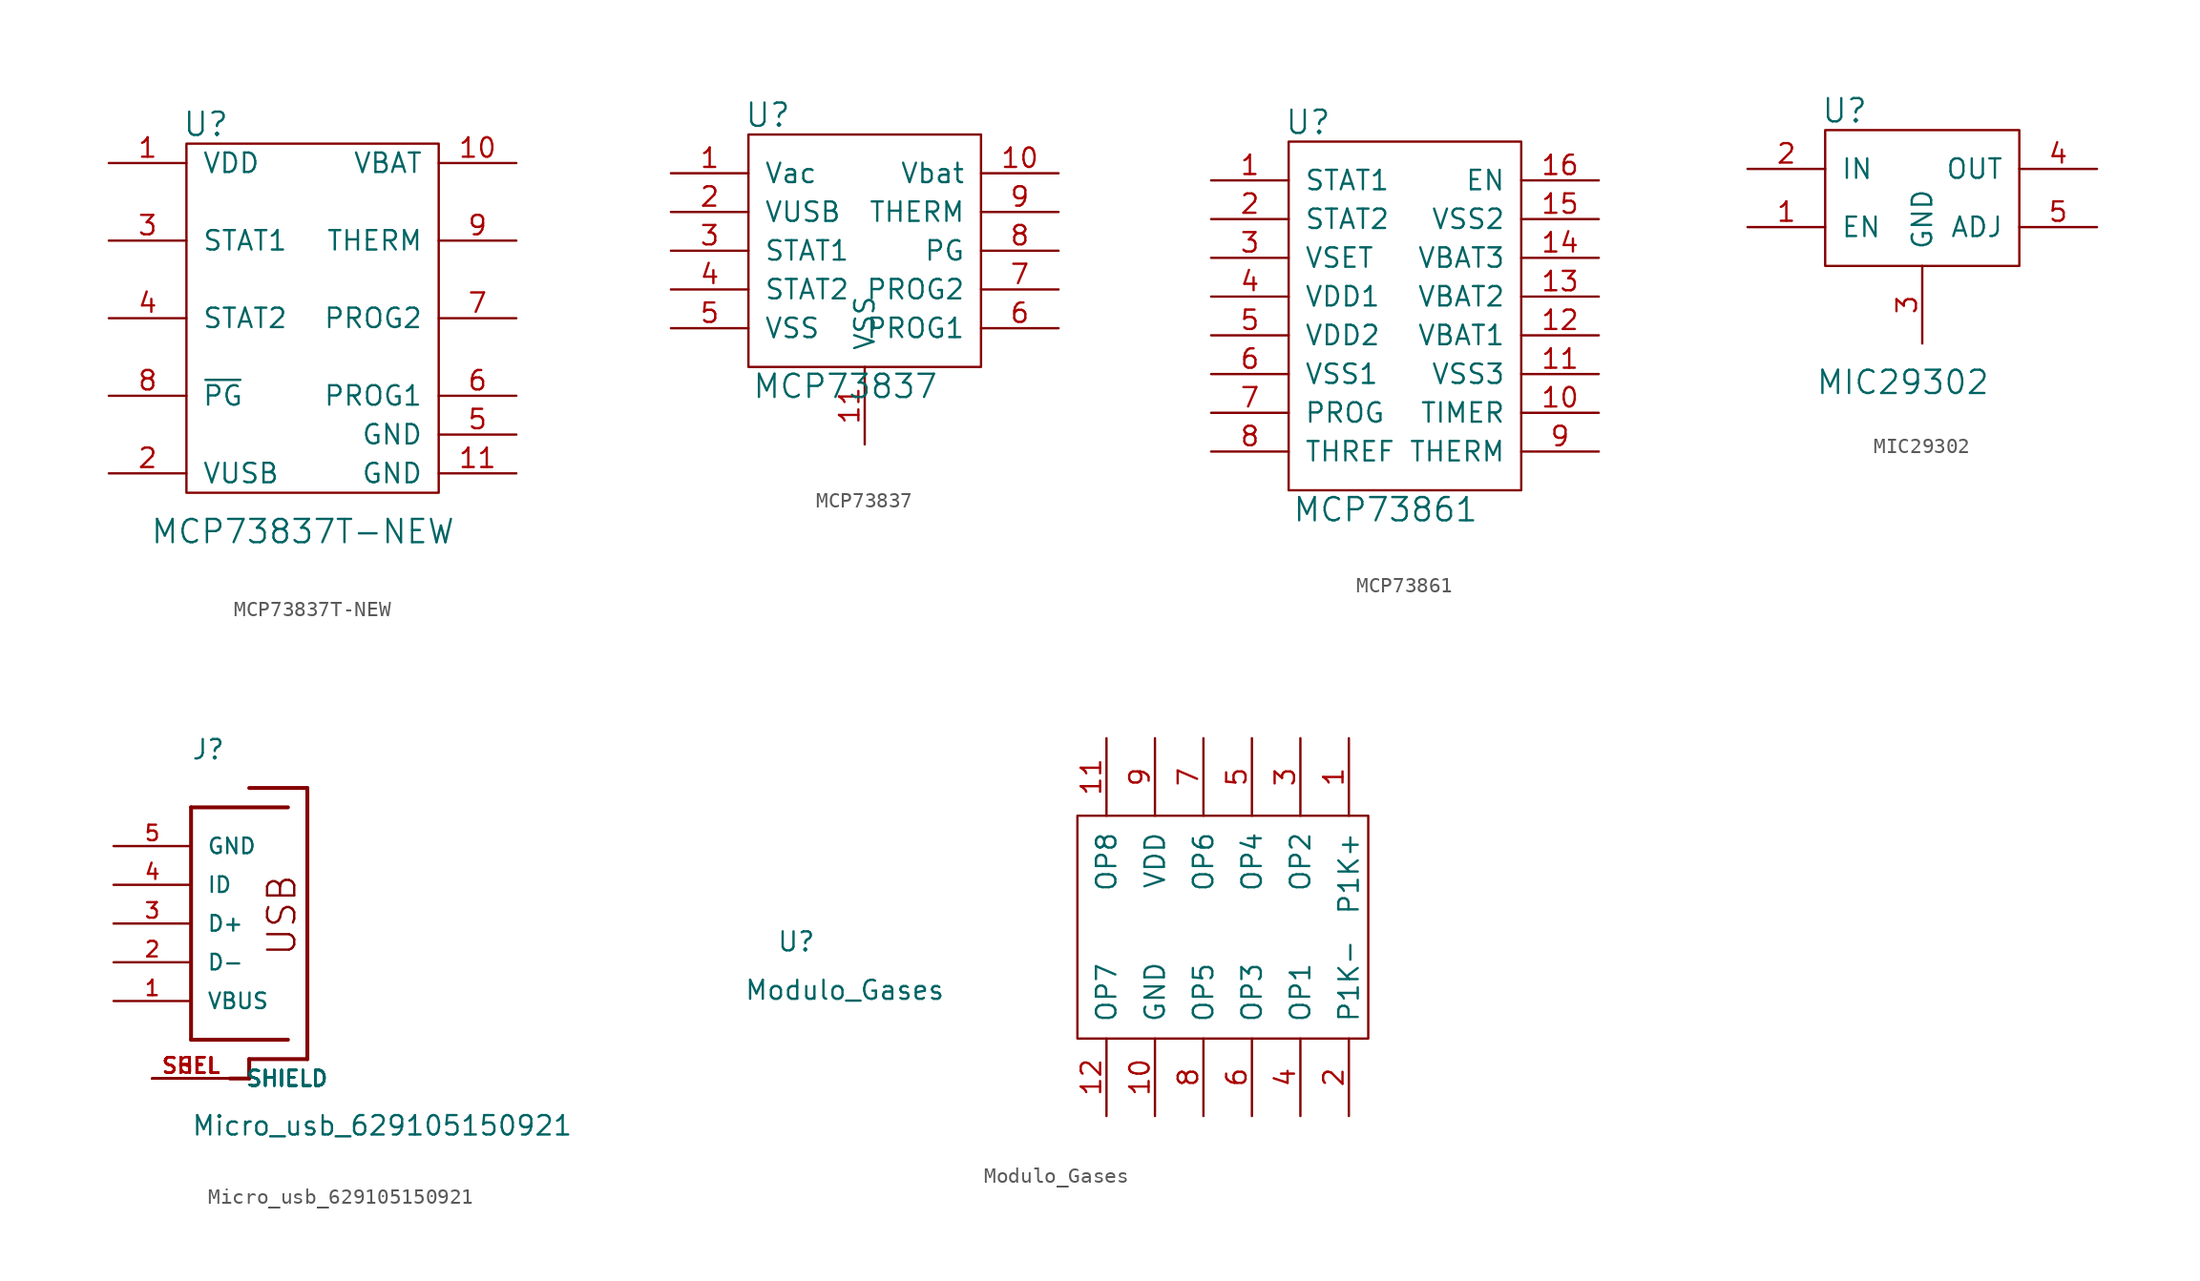
<source format=kicad_sym>
(kicad_symbol_lib
  (version 20211014)
  (generator kicad_symbol_editor)
  (symbol "MCP73837T-NEW"
    (pin_names
      (offset 1.016))
    (property "Reference" "U"
      (at 1.27 24.13 0)
      (effects (font (size 1.524 1.524))))
    (property "Value" "MCP73837T-NEW"
      (at 7.62 -2.54 0)
      (effects (font (size 1.524 1.524))))
    (symbol "MCP73837T-NEW_0_1"
      (rectangle (start 0 22.86) (end 16.51 0) (stroke (width 0) (type default) (color 0 0 0 0)) (fill (type none))))
    (symbol "MCP73837T-NEW_1_1"
      (pin input line (at -5.08 21.59 0) (length 5.08) (name "VDD" (effects (font (size 1.27 1.27)))) (number "1" (effects (font (size 1.27 1.27)))))
      (pin output line (at 21.59 21.59 180) (length 5.08) (name "VBAT" (effects (font (size 1.27 1.27)))) (number "10" (effects (font (size 1.27 1.27)))))
      (pin input line (at 21.59 1.27 180) (length 5.08) (name "GND" (effects (font (size 1.27 1.27)))) (number "11" (effects (font (size 1.27 1.27)))))
      (pin input line (at -5.08 1.27 0) (length 5.08) (name "VUSB" (effects (font (size 1.27 1.27)))) (number "2" (effects (font (size 1.27 1.27)))))
      (pin output line (at -5.08 16.51 0) (length 5.08) (name "STAT1" (effects (font (size 1.27 1.27)))) (number "3" (effects (font (size 1.27 1.27)))))
      (pin output line (at -5.08 11.43 0) (length 5.08) (name "STAT2" (effects (font (size 1.27 1.27)))) (number "4" (effects (font (size 1.27 1.27)))))
      (pin output line (at 21.59 3.81 180) (length 5.08) (name "GND" (effects (font (size 1.27 1.27)))) (number "5" (effects (font (size 1.27 1.27)))))
      (pin input line (at 21.59 6.35 180) (length 5.08) (name "PROG1" (effects (font (size 1.27 1.27)))) (number "6" (effects (font (size 1.27 1.27)))))
      (pin input line (at 21.59 11.43 180) (length 5.08) (name "PROG2" (effects (font (size 1.27 1.27)))) (number "7" (effects (font (size 1.27 1.27)))))
      (pin input line (at -5.08 6.35 0) (length 5.08) (name "~{PG}" (effects (font (size 1.27 1.27)))) (number "8" (effects (font (size 1.27 1.27)))))
      (pin input line (at 21.59 16.51 180) (length 5.08) (name "THERM" (effects (font (size 1.27 1.27)))) (number "9" (effects (font (size 1.27 1.27)))))))
  (symbol "MCP73837"
    (pin_names
      (offset 1.016))
    (property "Reference" "U"
      (at -6.35 16.51 0)
      (effects (font (size 1.524 1.524))))
    (property "Value" "MCP73837"
      (at -1.27 -1.27 0)
      (effects (font (size 1.524 1.524))))
    (symbol "MCP73837_0_1"
      (rectangle (start -7.62 15.24) (end 7.62 0) (stroke (width 0) (type default) (color 0 0 0 0)) (fill (type none))))
    (symbol "MCP73837_1_1"
      (pin input line (at -12.7 12.7 0) (length 5.08) (name "Vac" (effects (font (size 1.27 1.27)))) (number "1" (effects (font (size 1.27 1.27)))))
      (pin output line (at 12.7 12.7 180) (length 5.08) (name "Vbat" (effects (font (size 1.27 1.27)))) (number "10" (effects (font (size 1.27 1.27)))))
      (pin input line (at 0 -5.08 90) (length 5.08) (name "VSS" (effects (font (size 1.27 1.27)))) (number "11" (effects (font (size 1.27 1.27)))))
      (pin input line (at -12.7 10.16 0) (length 5.08) (name "VUSB" (effects (font (size 1.27 1.27)))) (number "2" (effects (font (size 1.27 1.27)))))
      (pin output line (at -12.7 7.62 0) (length 5.08) (name "STAT1" (effects (font (size 1.27 1.27)))) (number "3" (effects (font (size 1.27 1.27)))))
      (pin output line (at -12.7 5.08 0) (length 5.08) (name "STAT2" (effects (font (size 1.27 1.27)))) (number "4" (effects (font (size 1.27 1.27)))))
      (pin output line (at -12.7 2.54 0) (length 5.08) (name "VSS" (effects (font (size 1.27 1.27)))) (number "5" (effects (font (size 1.27 1.27)))))
      (pin input line (at 12.7 2.54 180) (length 5.08) (name "PROG1" (effects (font (size 1.27 1.27)))) (number "6" (effects (font (size 1.27 1.27)))))
      (pin input line (at 12.7 5.08 180) (length 5.08) (name "PROG2" (effects (font (size 1.27 1.27)))) (number "7" (effects (font (size 1.27 1.27)))))
      (pin input line (at 12.7 7.62 180) (length 5.08) (name "PG" (effects (font (size 1.27 1.27)))) (number "8" (effects (font (size 1.27 1.27)))))
      (pin input line (at 12.7 10.16 180) (length 5.08) (name "THERM" (effects (font (size 1.27 1.27)))) (number "9" (effects (font (size 1.27 1.27)))))))
  (symbol "MCP73861"
    (pin_names
      (offset 1.016))
    (property "Reference" "U"
      (at -6.35 12.7 0)
      (effects (font (size 1.524 1.524))))
    (property "Value" "MCP73861"
      (at -1.27 -12.7 0)
      (effects (font (size 1.524 1.524))))
    (symbol "MCP73861_0_1"
      (rectangle (start -7.62 11.43) (end 7.62 -11.43) (stroke (width 0) (type default) (color 0 0 0 0)) (fill (type none))))
    (symbol "MCP73861_1_1"
      (pin output line (at -12.7 8.89 0) (length 5.08) (name "STAT1" (effects (font (size 1.27 1.27)))) (number "1" (effects (font (size 1.27 1.27)))))
      (pin input line (at 12.7 -6.35 180) (length 5.08) (name "TIMER" (effects (font (size 1.27 1.27)))) (number "10" (effects (font (size 1.27 1.27)))))
      (pin power_in line (at 12.7 -3.81 180) (length 5.08) (name "VSS3" (effects (font (size 1.27 1.27)))) (number "11" (effects (font (size 1.27 1.27)))))
      (pin power_in line (at 12.7 -1.27 180) (length 5.08) (name "VBAT1" (effects (font (size 1.27 1.27)))) (number "12" (effects (font (size 1.27 1.27)))))
      (pin power_in line (at 12.7 1.27 180) (length 5.08) (name "VBAT2" (effects (font (size 1.27 1.27)))) (number "13" (effects (font (size 1.27 1.27)))))
      (pin power_in line (at 12.7 3.81 180) (length 5.08) (name "VBAT3" (effects (font (size 1.27 1.27)))) (number "14" (effects (font (size 1.27 1.27)))))
      (pin power_in line (at 12.7 6.35 180) (length 5.08) (name "VSS2" (effects (font (size 1.27 1.27)))) (number "15" (effects (font (size 1.27 1.27)))))
      (pin input line (at 12.7 8.89 180) (length 5.08) (name "EN" (effects (font (size 1.27 1.27)))) (number "16" (effects (font (size 1.27 1.27)))))
      (pin output line (at -12.7 6.35 0) (length 5.08) (name "STAT2" (effects (font (size 1.27 1.27)))) (number "2" (effects (font (size 1.27 1.27)))))
      (pin output line (at -12.7 3.81 0) (length 5.08) (name "VSET" (effects (font (size 1.27 1.27)))) (number "3" (effects (font (size 1.27 1.27)))))
      (pin power_in line (at -12.7 1.27 0) (length 5.08) (name "VDD1" (effects (font (size 1.27 1.27)))) (number "4" (effects (font (size 1.27 1.27)))))
      (pin power_in line (at -12.7 -1.27 0) (length 5.08) (name "VDD2" (effects (font (size 1.27 1.27)))) (number "5" (effects (font (size 1.27 1.27)))))
      (pin power_in line (at -12.7 -3.81 0) (length 5.08) (name "VSS1" (effects (font (size 1.27 1.27)))) (number "6" (effects (font (size 1.27 1.27)))))
      (pin input line (at -12.7 -6.35 0) (length 5.08) (name "PROG" (effects (font (size 1.27 1.27)))) (number "7" (effects (font (size 1.27 1.27)))))
      (pin input line (at -12.7 -8.89 0) (length 5.08) (name "THREF" (effects (font (size 1.27 1.27)))) (number "8" (effects (font (size 1.27 1.27)))))
      (pin input line (at 12.7 -8.89 180) (length 5.08) (name "THERM" (effects (font (size 1.27 1.27)))) (number "9" (effects (font (size 1.27 1.27)))))))
  (symbol "MIC29302"
    (pin_names
      (offset 1.016))
    (property "Reference" "U"
      (at -5.08 15.24 0)
      (effects (font (size 1.524 1.524))))
    (property "Value" "MIC29302"
      (at -1.27 -2.54 0)
      (effects (font (size 1.524 1.524))))
    (symbol "MIC29302_0_1"
      (rectangle (start -6.35 13.97) (end 6.35 5.08) (stroke (width 0) (type default) (color 0 0 0 0)) (fill (type none))))
    (symbol "MIC29302_1_1"
      (pin input line (at -11.43 7.62 0) (length 5.08) (name "EN" (effects (font (size 1.27 1.27)))) (number "1" (effects (font (size 1.27 1.27)))))
      (pin input line (at -11.43 11.43 0) (length 5.08) (name "IN" (effects (font (size 1.27 1.27)))) (number "2" (effects (font (size 1.27 1.27)))))
      (pin input line (at 0 0 90) (length 5.08) (name "GND" (effects (font (size 1.27 1.27)))) (number "3" (effects (font (size 1.27 1.27)))))
      (pin input line (at 11.43 11.43 180) (length 5.08) (name "OUT" (effects (font (size 1.27 1.27)))) (number "4" (effects (font (size 1.27 1.27)))))
      (pin input line (at 11.43 7.62 180) (length 5.08) (name "ADJ" (effects (font (size 1.27 1.27)))) (number "5" (effects (font (size 1.27 1.27)))))))
  (symbol "Micro_usb_629105150921"
    (pin_names
      (offset 1.016))
    (property "Reference" "J"
      (at -2.54 10.668 0)
      (effects (font (size 1.27 1.27)) (justify left bottom)))
    (property "Value" "Micro_usb_629105150921"
      (at -2.54 -13.995 0)
      (effects (font (size 1.27 1.27)) (justify left bottom)))
    (symbol "Micro_usb_629105150921_0_0"
      (polyline (pts (xy -2.54 -7.62) (xy -2.54 7.62)) (stroke (width 0.254) (type default) (color 0 0 0 0)) (fill (type none)))
      (polyline (pts (xy -2.54 7.62) (xy 3.81 7.62)) (stroke (width 0.254) (type default) (color 0 0 0 0)) (fill (type none)))
      (polyline (pts (xy 0 -10.16) (xy 1.27 -10.16)) (stroke (width 0.254) (type default) (color 0 0 0 0)) (fill (type none)))
      (polyline (pts (xy 1.27 -8.89) (xy 1.27 -10.16)) (stroke (width 0.254) (type default) (color 0 0 0 0)) (fill (type none)))
      (polyline (pts (xy 1.27 8.89) (xy 5.08 8.89)) (stroke (width 0.254) (type default) (color 0 0 0 0)) (fill (type none)))
      (polyline (pts (xy 3.81 -7.62) (xy -2.54 -7.62)) (stroke (width 0.254) (type default) (color 0 0 0 0)) (fill (type none)))
      (polyline (pts (xy 5.08 -8.89) (xy 1.27 -8.89)) (stroke (width 0.254) (type default) (color 0 0 0 0)) (fill (type none)))
      (polyline (pts (xy 5.08 8.89) (xy 5.08 -8.89)) (stroke (width 0.254) (type default) (color 0 0 0 0)) (fill (type none)))
      (text "USB" (at 4.445 -2.235 900) (effects (font (size 1.778 1.778)) (justify left bottom)))
      (pin passive line (at -7.62 -5.08 0) (length 5.08) (name "VBUS" (effects (font (size 1.016 1.016)))) (number "1" (effects (font (size 1.016 1.016)))))
      (pin passive line (at -7.62 -2.54 0) (length 5.08) (name "D-" (effects (font (size 1.016 1.016)))) (number "2" (effects (font (size 1.016 1.016)))))
      (pin passive line (at -7.62 0 0) (length 5.08) (name "D+" (effects (font (size 1.016 1.016)))) (number "3" (effects (font (size 1.016 1.016)))))
      (pin passive line (at -7.62 2.54 0) (length 5.08) (name "ID" (effects (font (size 1.016 1.016)))) (number "4" (effects (font (size 1.016 1.016)))))
      (pin passive line (at -7.62 5.08 0) (length 5.08) (name "GND" (effects (font (size 1.016 1.016)))) (number "5" (effects (font (size 1.016 1.016)))))
      (pin passive line (at -5.08 -10.16 0) (length 5.08) (name "SHIELD" (effects (font (size 1.016 1.016)))) (number "SGEL" (effects (font (size 1.016 1.016)))))
      (pin passive line (at -5.08 -10.16 0) (length 5.08) (name "SHIELD" (effects (font (size 1.016 1.016)))) (number "SHEL" (effects (font (size 1.016 1.016)))))
      (pin passive line (at -5.08 -10.16 0) (length 5.08) (name "SHIELD" (effects (font (size 1.016 1.016)))) (number "SHEL" (effects (font (size 1.016 1.016)))))
      (pin passive line (at -5.08 -10.16 0) (length 5.08) (name "SHIELD" (effects (font (size 1.016 1.016)))) (number "SHEL" (effects (font (size 1.016 1.016)))))
      (pin passive line (at -5.08 -10.16 0) (length 5.08) (name "SHIELD" (effects (font (size 1.016 1.016)))) (number "SHEL" (effects (font (size 1.016 1.016)))))
      (pin passive line (at -5.08 -10.16 0) (length 5.08) (name "SHIELD" (effects (font (size 1.016 1.016)))) (number "SHEL" (effects (font (size 1.016 1.016)))))
      (pin passive line (at -5.08 -10.16 0) (length 5.08) (name "SHIELD" (effects (font (size 1.016 1.016)))) (number "SHEL" (effects (font (size 1.016 1.016)))))
      (pin passive line (at -5.08 -10.16 0) (length 5.08) (name "SHIELD" (effects (font (size 1.016 1.016)))) (number "SHEL" (effects (font (size 1.016 1.016)))))))
  (symbol "Modulo_Gases"
    (pin_names
      (offset 1.016))
    (property "Reference" "U"
      (at -16.51 -5.715 0)
      (effects (font (size 1.245 1.245))))
    (property "Value" "Modulo_Gases"
      (at -13.335 -8.89 0)
      (effects (font (size 1.245 1.245))))
    (symbol "Modulo_Gases_0_1"
      (rectangle (start 20.955 2.54) (end 1.905 -12.065) (stroke (width 0) (type default) (color 0 0 0 0)) (fill (type none)))
      (pin input line (at 19.685 7.62 270) (length 5.08) (name "P1K+" (effects (font (size 1.27 1.27)))) (number "1" (effects (font (size 1.27 1.27)))))
      (pin input line (at 6.985 -17.145 90) (length 5.08) (name "GND" (effects (font (size 1.27 1.27)))) (number "10" (effects (font (size 1.27 1.27)))))
      (pin input line (at 3.81 7.62 270) (length 5.08) (name "OP8" (effects (font (size 1.27 1.27)))) (number "11" (effects (font (size 1.27 1.27)))))
      (pin input line (at 3.81 -17.145 90) (length 5.08) (name "OP7" (effects (font (size 1.27 1.27)))) (number "12" (effects (font (size 1.27 1.27)))))
      (pin input line (at 19.685 -17.145 90) (length 5.08) (name "P1K-" (effects (font (size 1.27 1.27)))) (number "2" (effects (font (size 1.27 1.27)))))
      (pin input line (at 16.51 7.62 270) (length 5.08) (name "OP2" (effects (font (size 1.27 1.27)))) (number "3" (effects (font (size 1.27 1.27)))))
      (pin input line (at 16.51 -17.145 90) (length 5.08) (name "OP1" (effects (font (size 1.27 1.27)))) (number "4" (effects (font (size 1.27 1.27)))))
      (pin input line (at 13.335 7.62 270) (length 5.08) (name "OP4" (effects (font (size 1.27 1.27)))) (number "5" (effects (font (size 1.27 1.27)))))
      (pin input line (at 13.335 -17.145 90) (length 5.08) (name "OP3" (effects (font (size 1.27 1.27)))) (number "6" (effects (font (size 1.27 1.27)))))
      (pin input line (at 10.16 7.62 270) (length 5.08) (name "OP6" (effects (font (size 1.27 1.27)))) (number "7" (effects (font (size 1.27 1.27)))))
      (pin input line (at 10.16 -17.145 90) (length 5.08) (name "OP5" (effects (font (size 1.27 1.27)))) (number "8" (effects (font (size 1.27 1.27)))))
      (pin input line (at 6.985 7.62 270) (length 5.08) (name "VDD" (effects (font (size 1.27 1.27)))) (number "9" (effects (font (size 1.27 1.27))))))))
</source>
